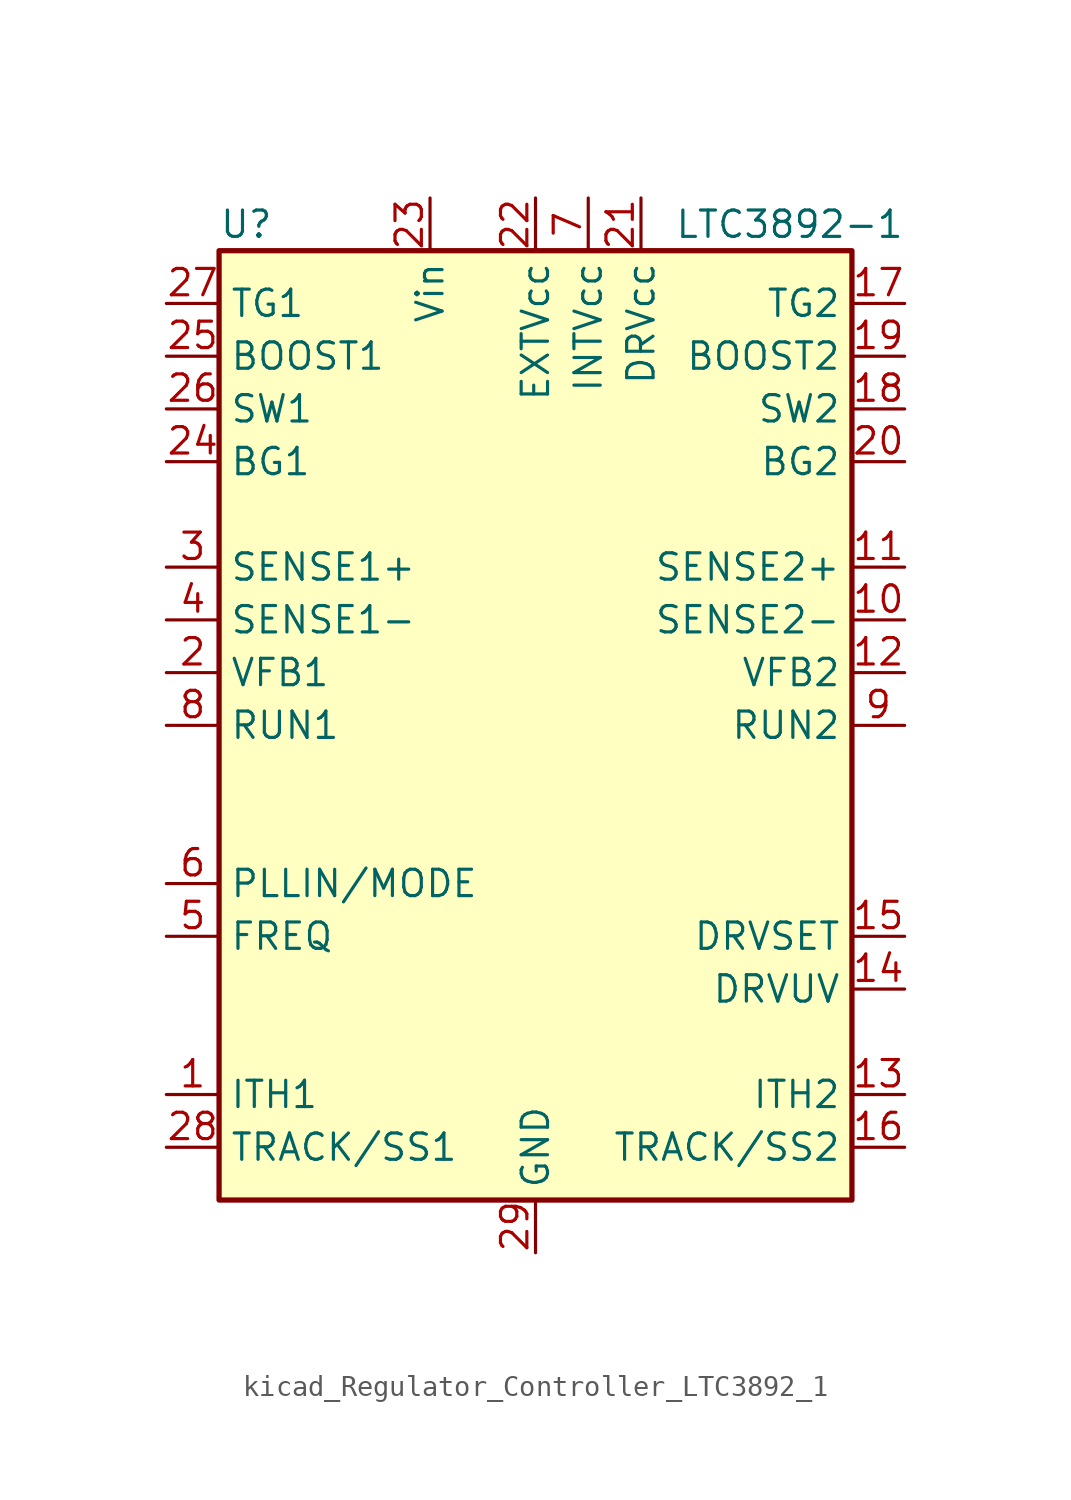
<source format=kicad_sym>
(kicad_symbol_lib
  (version 20220914)
  (generator kicad_symbol_editor)
  (symbol "kicad_Regulator_Controller_LTC3892_1"
    (property "Reference" "U"
      (at -15.24 24.13 0)
      (effects (font (size 1.27 1.27)) (justify left)))
    (property "Value" "LTC3892-1"
      (at 17.78 24.13 0)
      (effects (font (size 1.27 1.27)) (justify right)))
    (symbol "kicad_Regulator_Controller_LTC3892_1_0_1"
      (rectangle (start -15.24 22.86) (end 15.24 -22.86) (stroke (width 0.254) (type default)) (fill (type background))))
    (symbol "kicad_Regulator_Controller_LTC3892_1_1_1"
      (pin passive line (at -17.78 -17.78 0) (length 2.54) (name "ITH1" (effects (font (size 1.27 1.27)))) (number "1" (effects (font (size 1.27 1.27)))))
      (pin input line (at 17.78 5.08 180) (length 2.54) (name "SENSE2-" (effects (font (size 1.27 1.27)))) (number "10" (effects (font (size 1.27 1.27)))))
      (pin input line (at 17.78 7.62 180) (length 2.54) (name "SENSE2+" (effects (font (size 1.27 1.27)))) (number "11" (effects (font (size 1.27 1.27)))))
      (pin input line (at 17.78 2.54 180) (length 2.54) (name "VFB2" (effects (font (size 1.27 1.27)))) (number "12" (effects (font (size 1.27 1.27)))))
      (pin passive line (at 17.78 -17.78 180) (length 2.54) (name "ITH2" (effects (font (size 1.27 1.27)))) (number "13" (effects (font (size 1.27 1.27)))))
      (pin input line (at 17.78 -12.7 180) (length 2.54) (name "DRVUV" (effects (font (size 1.27 1.27)))) (number "14" (effects (font (size 1.27 1.27)))))
      (pin input line (at 17.78 -10.16 180) (length 2.54) (name "DRVSET" (effects (font (size 1.27 1.27)))) (number "15" (effects (font (size 1.27 1.27)))))
      (pin input line (at 17.78 -20.32 180) (length 2.54) (name "TRACK/SS2" (effects (font (size 1.27 1.27)))) (number "16" (effects (font (size 1.27 1.27)))))
      (pin output line (at 17.78 20.32 180) (length 2.54) (name "TG2" (effects (font (size 1.27 1.27)))) (number "17" (effects (font (size 1.27 1.27)))))
      (pin output line (at 17.78 15.24 180) (length 2.54) (name "SW2" (effects (font (size 1.27 1.27)))) (number "18" (effects (font (size 1.27 1.27)))))
      (pin output line (at 17.78 17.78 180) (length 2.54) (name "BOOST2" (effects (font (size 1.27 1.27)))) (number "19" (effects (font (size 1.27 1.27)))))
      (pin input line (at -17.78 2.54 0) (length 2.54) (name "VFB1" (effects (font (size 1.27 1.27)))) (number "2" (effects (font (size 1.27 1.27)))))
      (pin output line (at 17.78 12.7 180) (length 2.54) (name "BG2" (effects (font (size 1.27 1.27)))) (number "20" (effects (font (size 1.27 1.27)))))
      (pin power_out line (at 5.08 25.4 270) (length 2.54) (name "DRVcc" (effects (font (size 1.27 1.27)))) (number "21" (effects (font (size 1.27 1.27)))))
      (pin power_in line (at 0 25.4 270) (length 2.54) (name "EXTVcc" (effects (font (size 1.27 1.27)))) (number "22" (effects (font (size 1.27 1.27)))))
      (pin power_in line (at -5.08 25.4 270) (length 2.54) (name "Vin" (effects (font (size 1.27 1.27)))) (number "23" (effects (font (size 1.27 1.27)))))
      (pin output line (at -17.78 12.7 0) (length 2.54) (name "BG1" (effects (font (size 1.27 1.27)))) (number "24" (effects (font (size 1.27 1.27)))))
      (pin output line (at -17.78 17.78 0) (length 2.54) (name "BOOST1" (effects (font (size 1.27 1.27)))) (number "25" (effects (font (size 1.27 1.27)))))
      (pin output line (at -17.78 15.24 0) (length 2.54) (name "SW1" (effects (font (size 1.27 1.27)))) (number "26" (effects (font (size 1.27 1.27)))))
      (pin output line (at -17.78 20.32 0) (length 2.54) (name "TG1" (effects (font (size 1.27 1.27)))) (number "27" (effects (font (size 1.27 1.27)))))
      (pin input line (at -17.78 -20.32 0) (length 2.54) (name "TRACK/SS1" (effects (font (size 1.27 1.27)))) (number "28" (effects (font (size 1.27 1.27)))))
      (pin power_in line (at 0 -25.4 90) (length 2.54) (name "GND" (effects (font (size 1.27 1.27)))) (number "29" (effects (font (size 1.27 1.27)))))
      (pin input line (at -17.78 7.62 0) (length 2.54) (name "SENSE1+" (effects (font (size 1.27 1.27)))) (number "3" (effects (font (size 1.27 1.27)))))
      (pin input line (at -17.78 5.08 0) (length 2.54) (name "SENSE1-" (effects (font (size 1.27 1.27)))) (number "4" (effects (font (size 1.27 1.27)))))
      (pin input line (at -17.78 -10.16 0) (length 2.54) (name "FREQ" (effects (font (size 1.27 1.27)))) (number "5" (effects (font (size 1.27 1.27)))))
      (pin input line (at -17.78 -7.62 0) (length 2.54) (name "PLLIN/MODE" (effects (font (size 1.27 1.27)))) (number "6" (effects (font (size 1.27 1.27)))))
      (pin power_out line (at 2.54 25.4 270) (length 2.54) (name "INTVcc" (effects (font (size 1.27 1.27)))) (number "7" (effects (font (size 1.27 1.27)))))
      (pin input line (at -17.78 0 0) (length 2.54) (name "RUN1" (effects (font (size 1.27 1.27)))) (number "8" (effects (font (size 1.27 1.27)))))
      (pin input line (at 17.78 0 180) (length 2.54) (name "RUN2" (effects (font (size 1.27 1.27)))) (number "9" (effects (font (size 1.27 1.27))))))))
</source>
